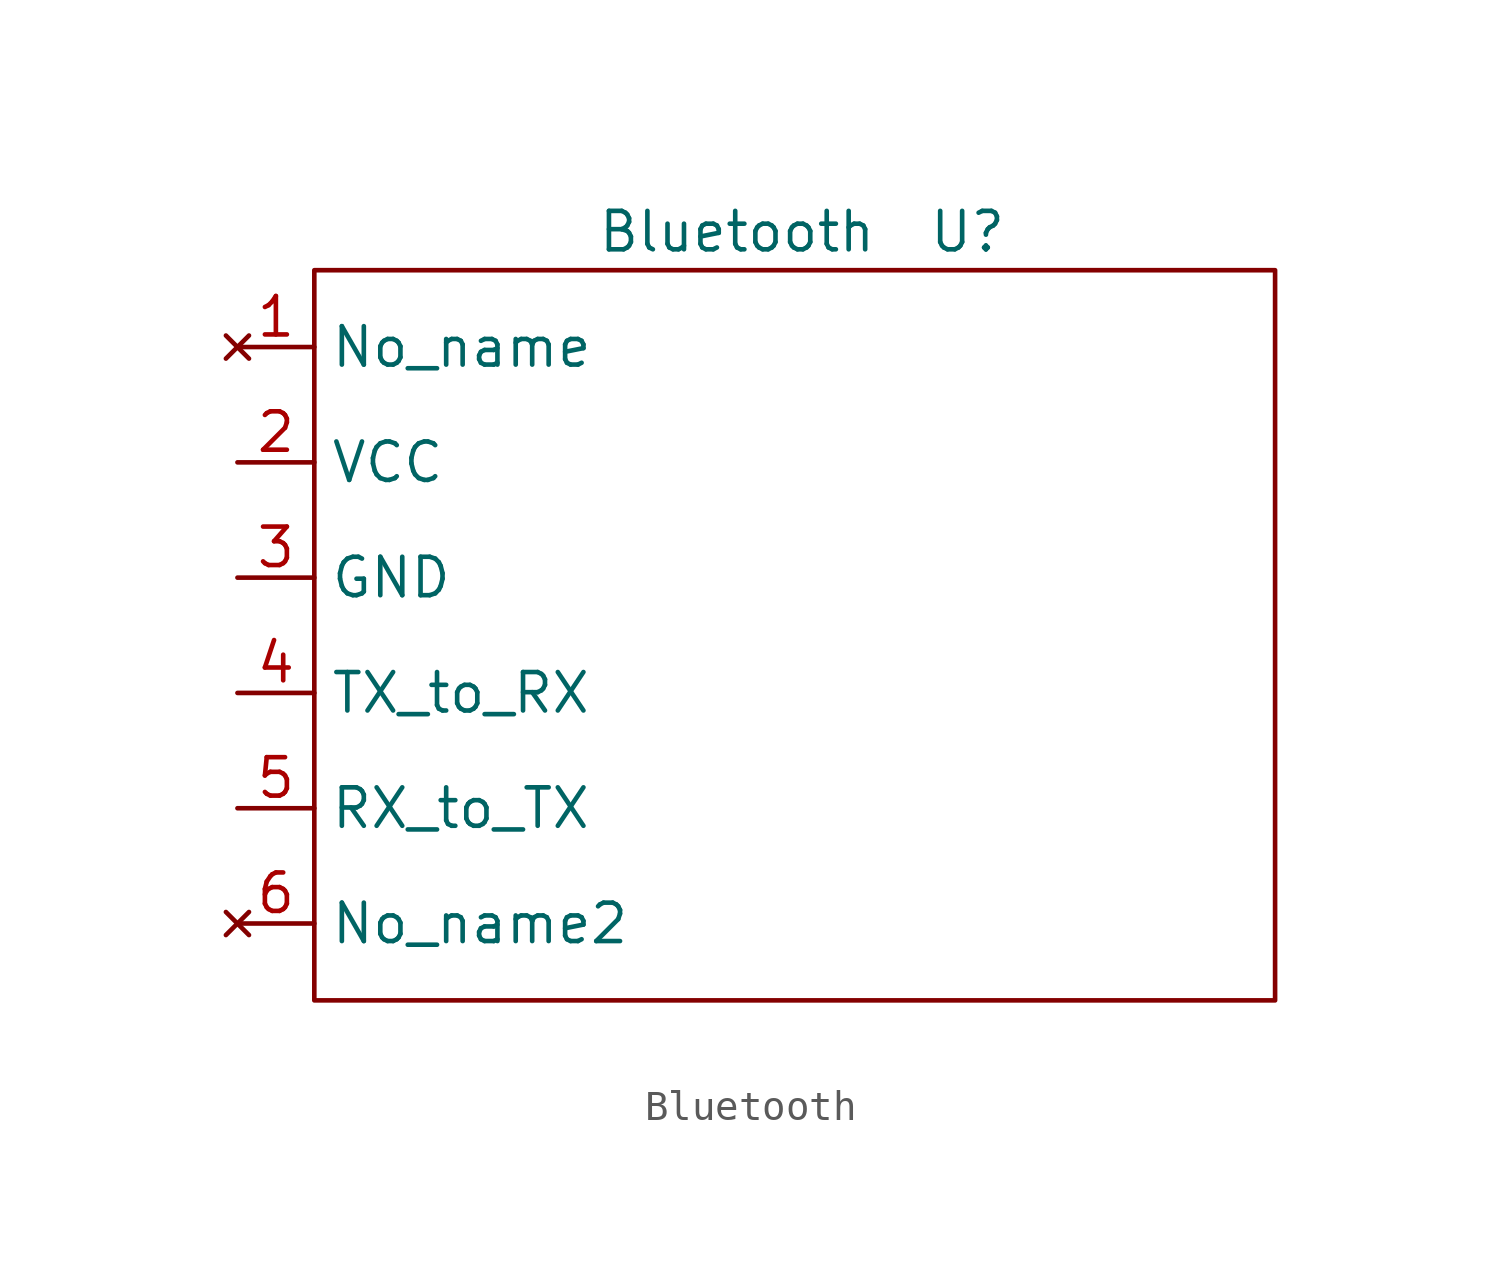
<source format=kicad_sym>
(kicad_symbol_lib
  (version 20211014)
  (generator kicad_symbol_editor)
  (symbol "Bluetooth"
    (property "Reference" "U"
      (at 5.08 1.27 0)
      (effects (font (size 1.27 1.27))))
    (property "Value" "Bluetooth"
      (at -2.54 1.27 0)
      (effects (font (size 1.27 1.27))))
    (symbol "Bluetooth_0_1"
      (rectangle (start -16.51 0) (end 15.24 -24.13) (stroke (width 0) (type default) (color 0 0 0 0)) (fill (type none))))
    (symbol "Bluetooth_1_1"
      (pin no_connect line (at -19.05 -2.54 0) (length 2.54) (name "No_name" (effects (font (size 1.27 1.27)))) (number "1" (effects (font (size 1.27 1.27)))))
      (pin input line (at -19.05 -6.35 0) (length 2.54) (name "VCC" (effects (font (size 1.27 1.27)))) (number "2" (effects (font (size 1.27 1.27)))))
      (pin unspecified line (at -19.05 -10.16 0) (length 2.54) (name "GND" (effects (font (size 1.27 1.27)))) (number "3" (effects (font (size 1.27 1.27)))))
      (pin input line (at -19.05 -13.97 0) (length 2.54) (name "TX_to_RX" (effects (font (size 1.27 1.27)))) (number "4" (effects (font (size 1.27 1.27)))))
      (pin input line (at -19.05 -17.78 0) (length 2.54) (name "RX_to_TX" (effects (font (size 1.27 1.27)))) (number "5" (effects (font (size 1.27 1.27)))))
      (pin no_connect line (at -19.05 -21.59 0) (length 2.54) (name "No_name2" (effects (font (size 1.27 1.27)))) (number "6" (effects (font (size 1.27 1.27))))))))
</source>
